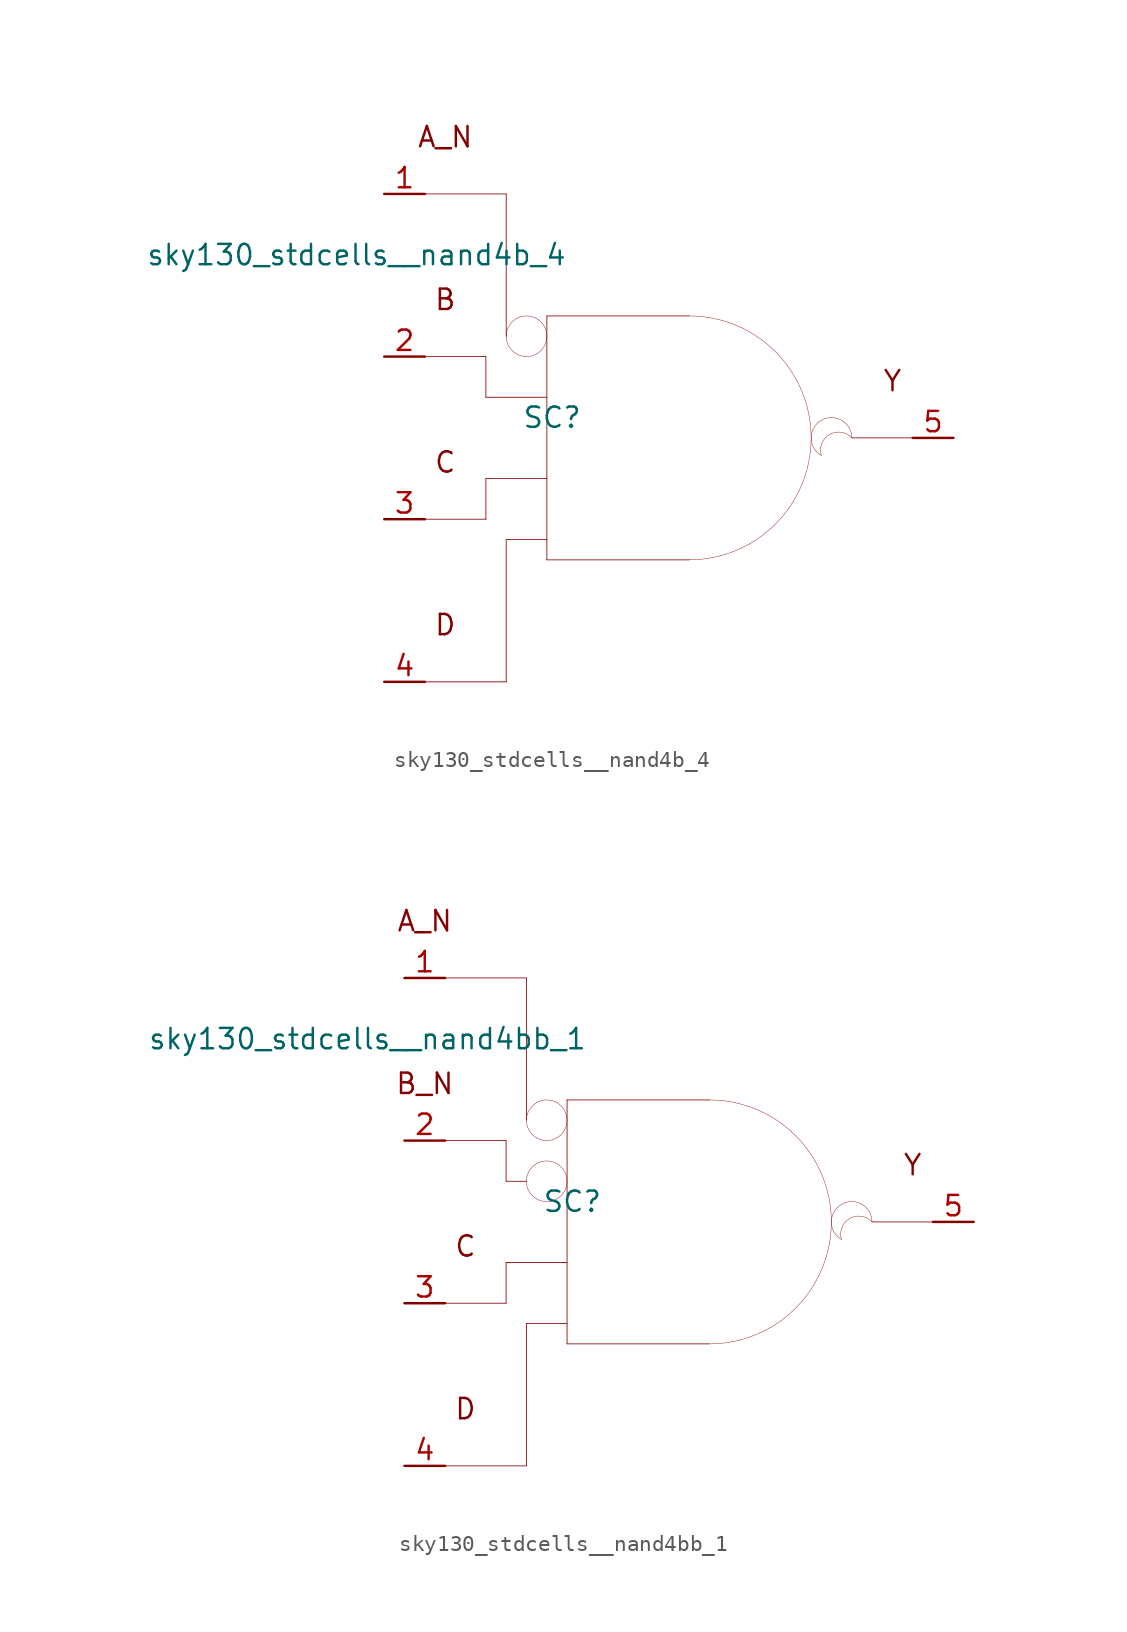
<source format=kicad_sym>
(kicad_symbol_lib
  (version 20211014)
  (generator kicad_symbol_editor)
  (symbol "sky130_stdcells__nand4b_4"
    (pin_names hide)
    (property "Reference" "SC"
      (at -7.29 1.27 0)
      (effects (font (size 1.27 1.27))))
    (property "Value" "sky130_stdcells__nand4b_4"
      (at -6.35 11.43 0)
      (effects (font (size 1.27 1.27)) (justify right)))
    (symbol "sky130_stdcells__nand4b_4_0_0"
      (arc (start -10.16 6.35) (mid -9.9898 5.715) (end -9.525 5.2501) (stroke (width 0.0254) (type default) (color 0 0 0 0)) (fill (type none)))
      (arc (start -9.525 5.2501) (mid -8.89 5.08) (end -8.255 5.2501) (stroke (width 0.0254) (type default) (color 0 0 0 0)) (fill (type none)))
      (arc (start -9.525 7.4499) (mid -9.9899 6.985) (end -10.16 6.35) (stroke (width 0.0254) (type default) (color 0 0 0 0)) (fill (type none)))
      (arc (start -8.255 5.2501) (mid -7.7901 5.715) (end -7.62 6.35) (stroke (width 0.0254) (type default) (color 0 0 0 0)) (fill (type none)))
      (arc (start -8.255 7.4499) (mid -8.89 7.62) (end -9.525 7.4499) (stroke (width 0.0254) (type default) (color 0 0 0 0)) (fill (type none)))
      (arc (start -7.62 6.35) (mid -7.7902 6.985) (end -8.255 7.4499) (stroke (width 0.0254) (type default) (color 0 0 0 0)) (fill (type none)))
      (polyline (pts (xy -15.24 -15.24) (xy -10.16 -15.24)) (stroke (width 0.051) (type default) (color 0 0 0 0)) (fill (type none)))
      (polyline (pts (xy -15.24 -5.08) (xy -11.43 -5.08)) (stroke (width 0.051) (type default) (color 0 0 0 0)) (fill (type none)))
      (polyline (pts (xy -15.24 5.08) (xy -11.43 5.08)) (stroke (width 0.051) (type default) (color 0 0 0 0)) (fill (type none)))
      (polyline (pts (xy -15.24 15.24) (xy -10.16 15.24)) (stroke (width 0.051) (type default) (color 0 0 0 0)) (fill (type none)))
      (polyline (pts (xy -11.43 -2.54) (xy -11.43 -5.08)) (stroke (width 0.051) (type default) (color 0 0 0 0)) (fill (type none)))
      (polyline (pts (xy -11.43 -2.54) (xy -7.62 -2.54)) (stroke (width 0.051) (type default) (color 0 0 0 0)) (fill (type none)))
      (polyline (pts (xy -11.43 2.54) (xy -7.62 2.54)) (stroke (width 0.051) (type default) (color 0 0 0 0)) (fill (type none)))
      (polyline (pts (xy -11.43 5.08) (xy -11.43 2.54)) (stroke (width 0.051) (type default) (color 0 0 0 0)) (fill (type none)))
      (polyline (pts (xy -10.16 -6.35) (xy -10.16 -15.24)) (stroke (width 0.051) (type default) (color 0 0 0 0)) (fill (type none)))
      (polyline (pts (xy -10.16 -6.35) (xy -7.62 -6.35)) (stroke (width 0.051) (type default) (color 0 0 0 0)) (fill (type none)))
      (polyline (pts (xy -10.16 15.24) (xy -10.16 6.35)) (stroke (width 0.051) (type default) (color 0 0 0 0)) (fill (type none)))
      (polyline (pts (xy -7.62 -7.62) (xy 1.27 -7.62)) (stroke (width 0.051) (type default) (color 0 0 0 0)) (fill (type none)))
      (polyline (pts (xy -7.62 7.62) (xy -7.62 -7.62)) (stroke (width 0.051) (type default) (color 0 0 0 0)) (fill (type none)))
      (polyline (pts (xy -7.62 7.62) (xy 1.27 7.62)) (stroke (width 0.051) (type default) (color 0 0 0 0)) (fill (type none)))
      (polyline (pts (xy 11.43 0) (xy 15.24 0)) (stroke (width 0.051) (type default) (color 0 0 0 0)) (fill (type none)))
      (arc (start 1.27 -7.62) (mid 3.2422 -7.3604) (end 5.08 -6.5991) (stroke (width 0.0254) (type default) (color 0 0 0 0)) (fill (type none)))
      (arc (start 5.08 -6.5991) (mid 6.6581 -5.3881) (end 7.8691 -3.81) (stroke (width 0.0254) (type default) (color 0 0 0 0)) (fill (type none)))
      (arc (start 5.08 6.5991) (mid 3.2422 7.3603) (end 1.27 7.62) (stroke (width 0.0254) (type default) (color 0 0 0 0)) (fill (type none)))
      (arc (start 7.8691 -3.81) (mid 8.6303 -1.9722) (end 8.89 0) (stroke (width 0.0254) (type default) (color 0 0 0 0)) (fill (type none)))
      (arc (start 7.8691 3.81) (mid 6.6581 5.3881) (end 5.08 6.5991) (stroke (width 0.0254) (type default) (color 0 0 0 0)) (fill (type none)))
      (arc (start 8.89 0) (mid 8.6304 1.9722) (end 7.8691 3.81) (stroke (width 0.0254) (type default) (color 0 0 0 0)) (fill (type none)))
      (arc (start 9.525 1.0999) (mid 8.89 0) (end 9.525 -1.0999) (stroke (width 0.0254) (type default) (color 0 0 0 0)) (fill (type none)))
      (arc (start 11.43 0) (mid 9.5731 0.4743) (end 9.525 -1.0999) (stroke (width 0.0254) (type default) (color 0 0 0 0)) (fill (type none)))
      (arc (start 11.43 0) (mid 10.795 1.0998) (end 9.525 1.0999) (stroke (width 0.0254) (type default) (color 0 0 0 0)) (fill (type none)))
      (text "A_N" (at -13.97 18.796 0) (effects (font (size 1.27 1.27))))
      (text "B" (at -13.97 8.636 0) (effects (font (size 1.27 1.27))))
      (text "C" (at -13.97 -1.524 0) (effects (font (size 1.27 1.27))))
      (text "D" (at -13.97 -11.684 0) (effects (font (size 1.27 1.27))))
      (text "Y" (at 13.97 3.556 0) (effects (font (size 1.27 1.27)))))
    (symbol "sky130_stdcells__nand4b_4_1_1"
      (pin input line (at -17.78 15.24 0) (length 2.54) (name "A_N" (effects (font (size 1.092 1.092)))) (number "1" (effects (font (size 1.27 1.27)))))
      (pin input line (at -17.78 5.08 0) (length 2.54) (name "B" (effects (font (size 1.092 1.092)))) (number "2" (effects (font (size 1.27 1.27)))))
      (pin input line (at -17.78 -5.08 0) (length 2.54) (name "C" (effects (font (size 1.092 1.092)))) (number "3" (effects (font (size 1.27 1.27)))))
      (pin input line (at -17.78 -15.24 0) (length 2.54) (name "D" (effects (font (size 1.092 1.092)))) (number "4" (effects (font (size 1.27 1.27)))))
      (pin output line (at 17.78 0 180) (length 2.54) (name "Y" (effects (font (size 1.092 1.092)))) (number "5" (effects (font (size 1.27 1.27)))))))
  (symbol "sky130_stdcells__nand4bb_1"
    (pin_names hide)
    (property "Reference" "SC"
      (at -7.29 1.27 0)
      (effects (font (size 1.27 1.27))))
    (property "Value" "sky130_stdcells__nand4bb_1"
      (at -6.35 11.43 0)
      (effects (font (size 1.27 1.27)) (justify right)))
    (symbol "sky130_stdcells__nand4bb_1_0_0"
      (arc (start -10.16 2.54) (mid -9.9898 1.905) (end -9.525 1.4401) (stroke (width 0.0254) (type default) (color 0 0 0 0)) (fill (type none)))
      (arc (start -10.16 6.35) (mid -9.9898 5.715) (end -9.525 5.2501) (stroke (width 0.0254) (type default) (color 0 0 0 0)) (fill (type none)))
      (arc (start -9.525 1.4401) (mid -8.89 1.27) (end -8.255 1.4401) (stroke (width 0.0254) (type default) (color 0 0 0 0)) (fill (type none)))
      (arc (start -9.525 3.6399) (mid -9.9899 3.175) (end -10.16 2.54) (stroke (width 0.0254) (type default) (color 0 0 0 0)) (fill (type none)))
      (arc (start -9.525 5.2501) (mid -8.89 5.08) (end -8.255 5.2501) (stroke (width 0.0254) (type default) (color 0 0 0 0)) (fill (type none)))
      (arc (start -9.525 7.4499) (mid -9.9899 6.985) (end -10.16 6.35) (stroke (width 0.0254) (type default) (color 0 0 0 0)) (fill (type none)))
      (arc (start -8.255 1.4401) (mid -7.7901 1.905) (end -7.62 2.54) (stroke (width 0.0254) (type default) (color 0 0 0 0)) (fill (type none)))
      (arc (start -8.255 3.6399) (mid -8.89 3.81) (end -9.525 3.6399) (stroke (width 0.0254) (type default) (color 0 0 0 0)) (fill (type none)))
      (arc (start -8.255 5.2501) (mid -7.7901 5.715) (end -7.62 6.35) (stroke (width 0.0254) (type default) (color 0 0 0 0)) (fill (type none)))
      (arc (start -8.255 7.4499) (mid -8.89 7.62) (end -9.525 7.4499) (stroke (width 0.0254) (type default) (color 0 0 0 0)) (fill (type none)))
      (arc (start -7.62 2.54) (mid -7.7902 3.175) (end -8.255 3.6399) (stroke (width 0.0254) (type default) (color 0 0 0 0)) (fill (type none)))
      (arc (start -7.62 6.35) (mid -7.7902 6.985) (end -8.255 7.4499) (stroke (width 0.0254) (type default) (color 0 0 0 0)) (fill (type none)))
      (polyline (pts (xy -15.24 -15.24) (xy -10.16 -15.24)) (stroke (width 0.051) (type default) (color 0 0 0 0)) (fill (type none)))
      (polyline (pts (xy -15.24 -5.08) (xy -11.43 -5.08)) (stroke (width 0.051) (type default) (color 0 0 0 0)) (fill (type none)))
      (polyline (pts (xy -15.24 5.08) (xy -11.43 5.08)) (stroke (width 0.051) (type default) (color 0 0 0 0)) (fill (type none)))
      (polyline (pts (xy -15.24 15.24) (xy -10.16 15.24)) (stroke (width 0.051) (type default) (color 0 0 0 0)) (fill (type none)))
      (polyline (pts (xy -11.43 -2.54) (xy -11.43 -5.08)) (stroke (width 0.051) (type default) (color 0 0 0 0)) (fill (type none)))
      (polyline (pts (xy -11.43 -2.54) (xy -7.62 -2.54)) (stroke (width 0.051) (type default) (color 0 0 0 0)) (fill (type none)))
      (polyline (pts (xy -11.43 2.54) (xy -10.16 2.54)) (stroke (width 0.051) (type default) (color 0 0 0 0)) (fill (type none)))
      (polyline (pts (xy -11.43 5.08) (xy -11.43 2.54)) (stroke (width 0.051) (type default) (color 0 0 0 0)) (fill (type none)))
      (polyline (pts (xy -10.16 -6.35) (xy -10.16 -15.24)) (stroke (width 0.051) (type default) (color 0 0 0 0)) (fill (type none)))
      (polyline (pts (xy -10.16 -6.35) (xy -7.62 -6.35)) (stroke (width 0.051) (type default) (color 0 0 0 0)) (fill (type none)))
      (polyline (pts (xy -10.16 15.24) (xy -10.16 6.35)) (stroke (width 0.051) (type default) (color 0 0 0 0)) (fill (type none)))
      (polyline (pts (xy -7.62 -7.62) (xy 1.27 -7.62)) (stroke (width 0.051) (type default) (color 0 0 0 0)) (fill (type none)))
      (polyline (pts (xy -7.62 7.62) (xy -7.62 -7.62)) (stroke (width 0.051) (type default) (color 0 0 0 0)) (fill (type none)))
      (polyline (pts (xy -7.62 7.62) (xy 1.27 7.62)) (stroke (width 0.051) (type default) (color 0 0 0 0)) (fill (type none)))
      (polyline (pts (xy 11.43 0) (xy 15.24 0)) (stroke (width 0.051) (type default) (color 0 0 0 0)) (fill (type none)))
      (arc (start 1.27 -7.62) (mid 3.2422 -7.3604) (end 5.08 -6.5991) (stroke (width 0.0254) (type default) (color 0 0 0 0)) (fill (type none)))
      (arc (start 5.08 -6.5991) (mid 6.6581 -5.3881) (end 7.8691 -3.81) (stroke (width 0.0254) (type default) (color 0 0 0 0)) (fill (type none)))
      (arc (start 5.08 6.5991) (mid 3.2422 7.3603) (end 1.27 7.62) (stroke (width 0.0254) (type default) (color 0 0 0 0)) (fill (type none)))
      (arc (start 7.8691 -3.81) (mid 8.6303 -1.9722) (end 8.89 0) (stroke (width 0.0254) (type default) (color 0 0 0 0)) (fill (type none)))
      (arc (start 7.8691 3.81) (mid 6.6581 5.3881) (end 5.08 6.5991) (stroke (width 0.0254) (type default) (color 0 0 0 0)) (fill (type none)))
      (arc (start 8.89 0) (mid 8.6304 1.9722) (end 7.8691 3.81) (stroke (width 0.0254) (type default) (color 0 0 0 0)) (fill (type none)))
      (arc (start 9.525 1.0999) (mid 8.89 0) (end 9.525 -1.0999) (stroke (width 0.0254) (type default) (color 0 0 0 0)) (fill (type none)))
      (arc (start 11.43 0) (mid 9.5731 0.4743) (end 9.525 -1.0999) (stroke (width 0.0254) (type default) (color 0 0 0 0)) (fill (type none)))
      (arc (start 11.43 0) (mid 10.795 1.0998) (end 9.525 1.0999) (stroke (width 0.0254) (type default) (color 0 0 0 0)) (fill (type none)))
      (text "A_N" (at -16.51 18.796 0) (effects (font (size 1.27 1.27))))
      (text "B_N" (at -16.51 8.636 0) (effects (font (size 1.27 1.27))))
      (text "C" (at -13.97 -1.524 0) (effects (font (size 1.27 1.27))))
      (text "D" (at -13.97 -11.684 0) (effects (font (size 1.27 1.27))))
      (text "Y" (at 13.97 3.556 0) (effects (font (size 1.27 1.27)))))
    (symbol "sky130_stdcells__nand4bb_1_1_1"
      (pin input line (at -17.78 15.24 0) (length 2.54) (name "A_N" (effects (font (size 1.092 1.092)))) (number "1" (effects (font (size 1.27 1.27)))))
      (pin input line (at -17.78 5.08 0) (length 2.54) (name "B_N" (effects (font (size 1.092 1.092)))) (number "2" (effects (font (size 1.27 1.27)))))
      (pin input line (at -17.78 -5.08 0) (length 2.54) (name "C" (effects (font (size 1.092 1.092)))) (number "3" (effects (font (size 1.27 1.27)))))
      (pin input line (at -17.78 -15.24 0) (length 2.54) (name "D" (effects (font (size 1.092 1.092)))) (number "4" (effects (font (size 1.27 1.27)))))
      (pin output line (at 17.78 0 180) (length 2.54) (name "Y" (effects (font (size 1.092 1.092)))) (number "5" (effects (font (size 1.27 1.27))))))))
</source>
